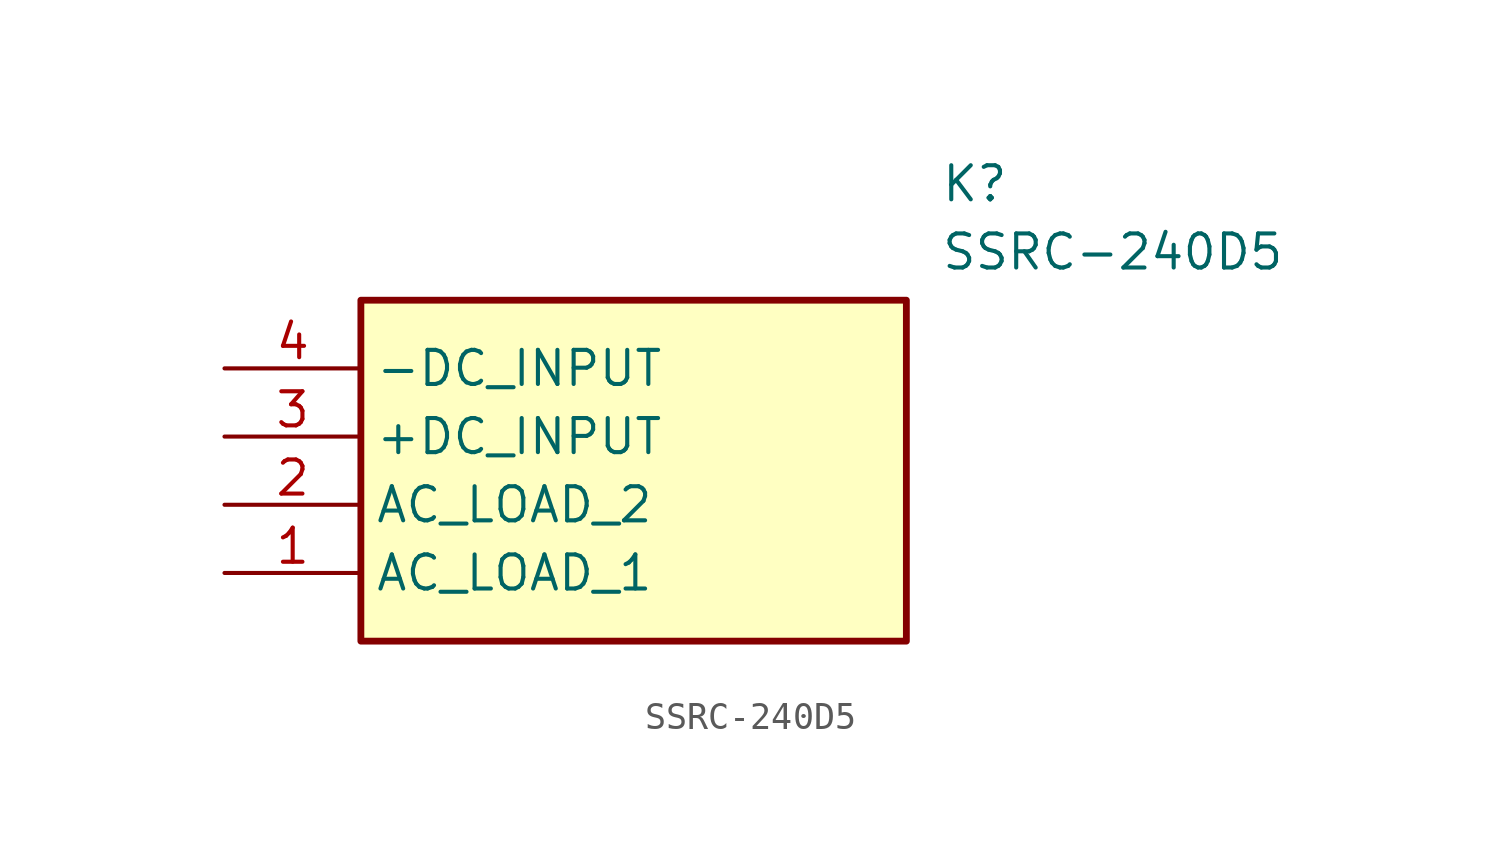
<source format=kicad_sym>
(kicad_symbol_lib
  (version 20211014)
  (generator SamacSys_ECAD_Model)
  (symbol "SSRC-240D5"
    (property "Reference" "K"
      (at 26.67 7.62 0)
      (effects (font (size 1.27 1.27)) (justify left top)))
    (property "Value" "SSRC-240D5"
      (at 26.67 5.08 0)
      (effects (font (size 1.27 1.27)) (justify left top)))
    (rectangle
      (start 5.08 2.54)
      (end 25.4 -10.16)
      (stroke (width 0.254) (type default))
      (fill (type background)))
    (pin passive line
      (at 0 -7.62 0)
      (length 5.08)
      (name "AC_LOAD_1" (effects (font (size 1.27 1.27))))
      (number "1" (effects (font (size 1.27 1.27)))))
    (pin passive line
      (at 0 -5.08 0)
      (length 5.08)
      (name "AC_LOAD_2" (effects (font (size 1.27 1.27))))
      (number "2" (effects (font (size 1.27 1.27)))))
    (pin passive line
      (at 0 -2.54 0)
      (length 5.08)
      (name "+DC_INPUT" (effects (font (size 1.27 1.27))))
      (number "3" (effects (font (size 1.27 1.27)))))
    (pin passive line
      (at 0 0 0)
      (length 5.08)
      (name "-DC_INPUT" (effects (font (size 1.27 1.27))))
      (number "4" (effects (font (size 1.27 1.27)))))))
</source>
